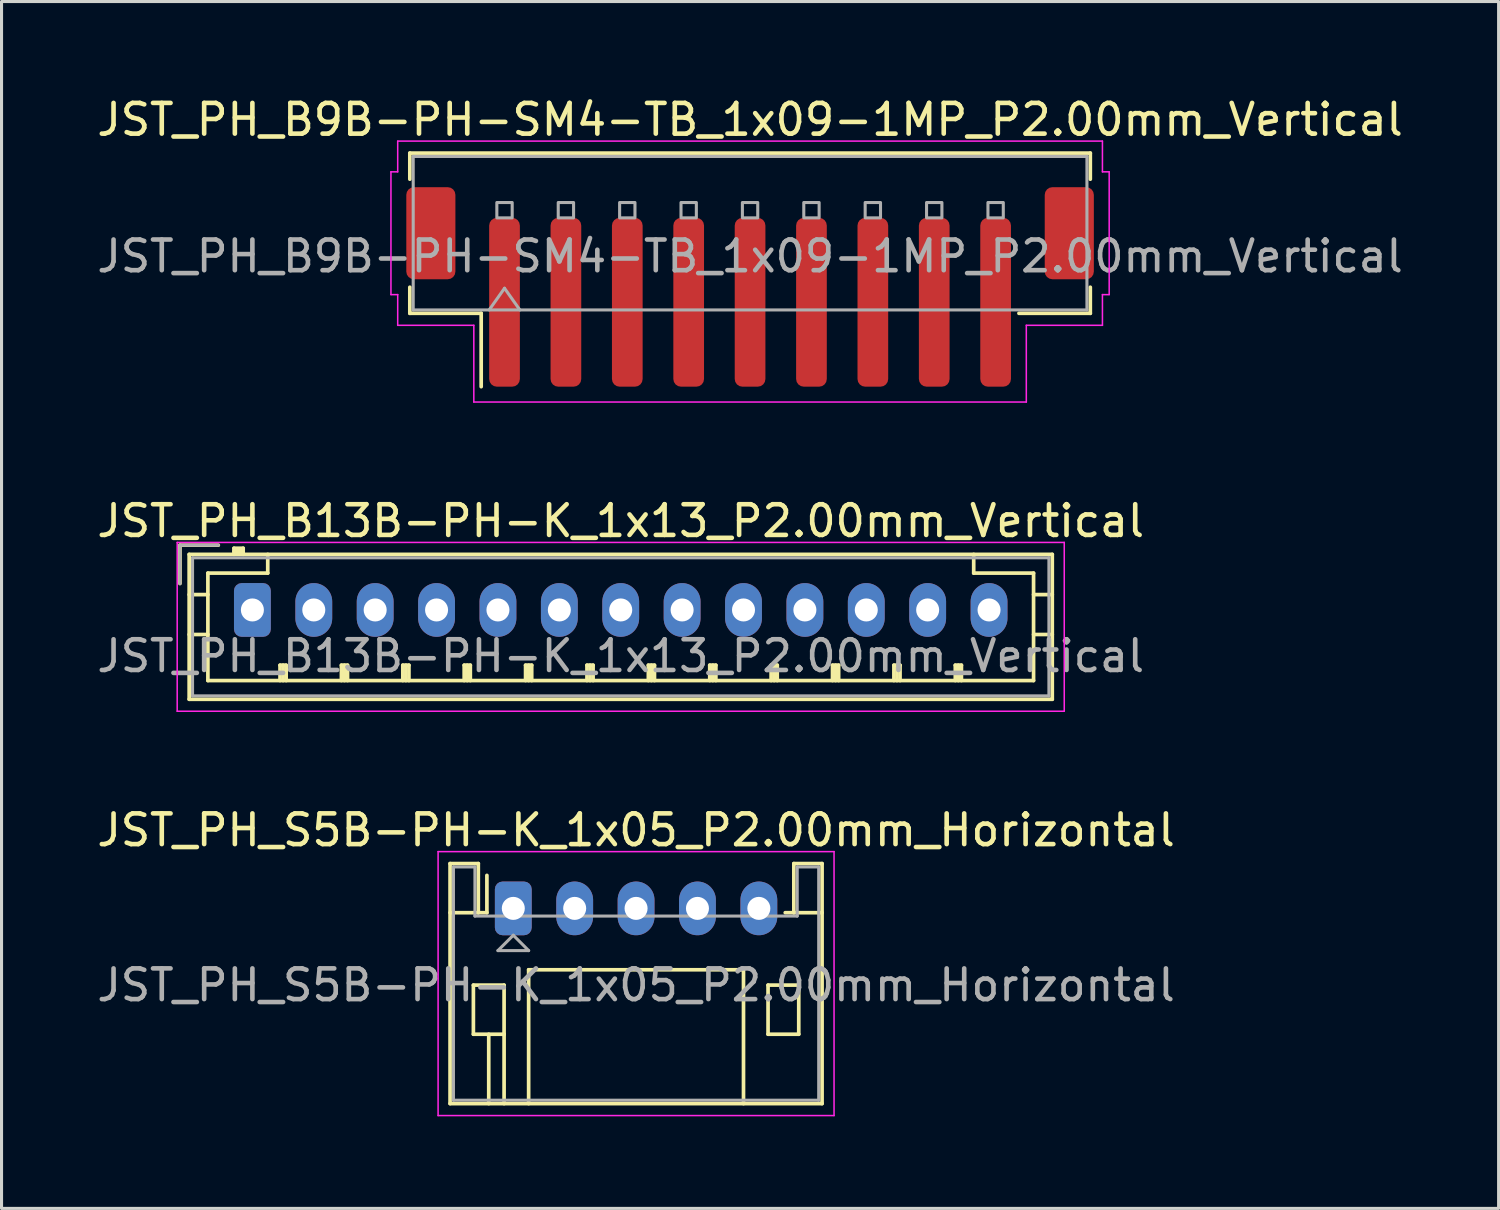
<source format=kicad_pcb>
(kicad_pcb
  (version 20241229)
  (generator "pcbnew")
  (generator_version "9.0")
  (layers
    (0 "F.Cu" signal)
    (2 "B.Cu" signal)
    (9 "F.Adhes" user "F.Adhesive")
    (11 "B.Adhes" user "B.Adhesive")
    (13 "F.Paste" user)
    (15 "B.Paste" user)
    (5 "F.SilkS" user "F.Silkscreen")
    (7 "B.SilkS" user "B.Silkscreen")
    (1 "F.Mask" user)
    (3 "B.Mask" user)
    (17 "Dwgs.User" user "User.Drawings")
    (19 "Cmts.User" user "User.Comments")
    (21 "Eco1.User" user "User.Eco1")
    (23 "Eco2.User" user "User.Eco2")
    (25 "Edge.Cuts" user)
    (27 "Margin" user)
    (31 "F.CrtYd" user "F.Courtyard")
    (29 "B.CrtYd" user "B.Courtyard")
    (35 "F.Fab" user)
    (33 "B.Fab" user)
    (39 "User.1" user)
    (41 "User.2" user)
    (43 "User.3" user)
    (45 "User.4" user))
  (footprint "JST_PH_S5B-PH-K_1x05_P2.00mm_Horizontal"
    (layer "F.Cu")
    (at 13.673 26.545)
    (property "Reference" "JST_PH_S5B-PH-K_1x05_P2.00mm_Horizontal" (at 4 -2.55 0) (layer "F.SilkS") (effects (font (size 1 1) (thickness 0.15))))
    (attr through_hole)
    (fp_line (start -2.06 -1.46) (end -2.06 6.36) (stroke (width 0.12) (type solid)) (layer "F.SilkS"))
    (fp_line (start -2.06 0.14) (end -1.14 0.14) (stroke (width 0.12) (type solid)) (layer "F.SilkS"))
    (fp_line (start -2.06 6.36) (end 10.06 6.36) (stroke (width 0.12) (type solid)) (layer "F.SilkS"))
    (fp_line (start -1.3 2.5) (end -1.3 4.1) (stroke (width 0.12) (type solid)) (layer "F.SilkS"))
    (fp_line (start -1.3 4.1) (end -0.3 4.1) (stroke (width 0.12) (type solid)) (layer "F.SilkS"))
    (fp_line (start -1.14 -1.46) (end -2.06 -1.46) (stroke (width 0.12) (type solid)) (layer "F.SilkS"))
    (fp_line (start -1.14 0.14) (end -1.14 -1.46) (stroke (width 0.12) (type solid)) (layer "F.SilkS"))
    (fp_line (start -0.86 0.14) (end -1.14 0.14) (stroke (width 0.12) (type solid)) (layer "F.SilkS"))
    (fp_line (start -0.86 0.14) (end -0.86 -1.075) (stroke (width 0.12) (type solid)) (layer "F.SilkS"))
    (fp_line (start -0.8 4.1) (end -0.8 6.36) (stroke (width 0.12) (type solid)) (layer "F.SilkS"))
    (fp_line (start -0.3 2.5) (end -1.3 2.5) (stroke (width 0.12) (type solid)) (layer "F.SilkS"))
    (fp_line (start -0.3 4.1) (end -0.3 2.5) (stroke (width 0.12) (type solid)) (layer "F.SilkS"))
    (fp_line (start -0.3 4.1) (end -0.3 6.36) (stroke (width 0.12) (type solid)) (layer "F.SilkS"))
    (fp_line (start 0.5 2) (end 7.5 2) (stroke (width 0.12) (type solid)) (layer "F.SilkS"))
    (fp_line (start 0.5 6.36) (end 0.5 2) (stroke (width 0.12) (type solid)) (layer "F.SilkS"))
    (fp_line (start 7.5 2) (end 7.5 6.36) (stroke (width 0.12) (type solid)) (layer "F.SilkS"))
    (fp_line (start 8.3 2.5) (end 9.3 2.5) (stroke (width 0.12) (type solid)) (layer "F.SilkS"))
    (fp_line (start 8.3 4.1) (end 8.3 2.5) (stroke (width 0.12) (type solid)) (layer "F.SilkS"))
    (fp_line (start 9.14 -1.46) (end 9.14 0.14) (stroke (width 0.12) (type solid)) (layer "F.SilkS"))
    (fp_line (start 9.14 0.14) (end 8.86 0.14) (stroke (width 0.12) (type solid)) (layer "F.SilkS"))
    (fp_line (start 9.3 2.5) (end 9.3 4.1) (stroke (width 0.12) (type solid)) (layer "F.SilkS"))
    (fp_line (start 9.3 4.1) (end 8.3 4.1) (stroke (width 0.12) (type solid)) (layer "F.SilkS"))
    (fp_line (start 10.06 -1.46) (end 9.14 -1.46) (stroke (width 0.12) (type solid)) (layer "F.SilkS"))
    (fp_line (start 10.06 0.14) (end 9.14 0.14) (stroke (width 0.12) (type solid)) (layer "F.SilkS"))
    (fp_line (start 10.06 6.36) (end 10.06 -1.46) (stroke (width 0.12) (type solid)) (layer "F.SilkS"))
    (fp_line (start -2.45 -1.85) (end -2.45 6.75) (stroke (width 0.05) (type solid)) (layer "F.CrtYd"))
    (fp_line (start -2.45 6.75) (end 10.45 6.75) (stroke (width 0.05) (type solid)) (layer "F.CrtYd"))
    (fp_line (start 10.45 -1.85) (end -2.45 -1.85) (stroke (width 0.05) (type solid)) (layer "F.CrtYd"))
    (fp_line (start 10.45 6.75) (end 10.45 -1.85) (stroke (width 0.05) (type solid)) (layer "F.CrtYd"))
    (fp_line (start -1.95 -1.35) (end -1.95 6.25) (stroke (width 0.1) (type solid)) (layer "F.Fab"))
    (fp_line (start -1.95 6.25) (end 9.95 6.25) (stroke (width 0.1) (type solid)) (layer "F.Fab"))
    (fp_line (start -1.25 -1.35) (end -1.95 -1.35) (stroke (width 0.1) (type solid)) (layer "F.Fab"))
    (fp_line (start -1.25 0.25) (end -1.25 -1.35) (stroke (width 0.1) (type solid)) (layer "F.Fab"))
    (fp_line (start -0.5 1.375) (end 0.5 1.375) (stroke (width 0.1) (type solid)) (layer "F.Fab"))
    (fp_line (start 0 0.875) (end -0.5 1.375) (stroke (width 0.1) (type solid)) (layer "F.Fab"))
    (fp_line (start 0.5 1.375) (end 0 0.875) (stroke (width 0.1) (type solid)) (layer "F.Fab"))
    (fp_line (start 9.25 -1.35) (end 9.25 0.25) (stroke (width 0.1) (type solid)) (layer "F.Fab"))
    (fp_line (start 9.25 0.25) (end -1.25 0.25) (stroke (width 0.1) (type solid)) (layer "F.Fab"))
    (fp_line (start 9.95 -1.35) (end 9.25 -1.35) (stroke (width 0.1) (type solid)) (layer "F.Fab"))
    (fp_line (start 9.95 6.25) (end 9.95 -1.35) (stroke (width 0.1) (type solid)) (layer "F.Fab"))
    (fp_text user "${REFERENCE}" (at 4 2.5 0) (layer "F.Fab") (effects (font (size 1 1) (thickness 0.15))))
    (pad "1" thru_hole roundrect (at 0 0) (size 1.2 1.75) (drill 0.75) (layers "*.Cu" "*.Mask") (roundrect_rratio 0.208))
    (pad "2" thru_hole oval (at 2 0) (size 1.2 1.75) (drill 0.75) (layers "*.Cu" "*.Mask"))
    (pad "3" thru_hole oval (at 4 0) (size 1.2 1.75) (drill 0.75) (layers "*.Cu" "*.Mask"))
    (pad "4" thru_hole oval (at 6 0) (size 1.2 1.75) (drill 0.75) (layers "*.Cu" "*.Mask"))
    (pad "5" thru_hole oval (at 8 0) (size 1.2 1.75) (drill 0.75) (layers "*.Cu" "*.Mask")))
  (footprint "JST_PH_B13B-PH-K_1x13_P2.00mm_Vertical"
    (layer "F.Cu")
    (at 5.173 16.822)
    (property "Reference" "JST_PH_B13B-PH-K_1x13_P2.00mm_Vertical" (at 12 -2.9 0) (layer "F.SilkS") (effects (font (size 1 1) (thickness 0.15))))
    (attr through_hole)
    (fp_line (start -2.36 -2.11) (end -2.36 -0.86) (stroke (width 0.12) (type solid)) (layer "F.SilkS"))
    (fp_line (start -2.06 -1.81) (end -2.06 2.91) (stroke (width 0.12) (type solid)) (layer "F.SilkS"))
    (fp_line (start -2.06 -0.5) (end -1.45 -0.5) (stroke (width 0.12) (type solid)) (layer "F.SilkS"))
    (fp_line (start -2.06 0.8) (end -1.45 0.8) (stroke (width 0.12) (type solid)) (layer "F.SilkS"))
    (fp_line (start -2.06 2.91) (end 26.06 2.91) (stroke (width 0.12) (type solid)) (layer "F.SilkS"))
    (fp_line (start -1.45 -1.2) (end -1.45 2.3) (stroke (width 0.12) (type solid)) (layer "F.SilkS"))
    (fp_line (start -1.45 2.3) (end 25.45 2.3) (stroke (width 0.12) (type solid)) (layer "F.SilkS"))
    (fp_line (start -1.11 -2.11) (end -2.36 -2.11) (stroke (width 0.12) (type solid)) (layer "F.SilkS"))
    (fp_line (start -0.6 -2.01) (end -0.6 -1.81) (stroke (width 0.12) (type solid)) (layer "F.SilkS"))
    (fp_line (start -0.3 -2.01) (end -0.6 -2.01) (stroke (width 0.12) (type solid)) (layer "F.SilkS"))
    (fp_line (start -0.3 -1.91) (end -0.6 -1.91) (stroke (width 0.12) (type solid)) (layer "F.SilkS"))
    (fp_line (start -0.3 -1.81) (end -0.3 -2.01) (stroke (width 0.12) (type solid)) (layer "F.SilkS"))
    (fp_line (start 0.5 -1.81) (end 0.5 -1.2) (stroke (width 0.12) (type solid)) (layer "F.SilkS"))
    (fp_line (start 0.5 -1.2) (end -1.45 -1.2) (stroke (width 0.12) (type solid)) (layer "F.SilkS"))
    (fp_line (start 0.9 1.8) (end 1.1 1.8) (stroke (width 0.12) (type solid)) (layer "F.SilkS"))
    (fp_line (start 0.9 2.3) (end 0.9 1.8) (stroke (width 0.12) (type solid)) (layer "F.SilkS"))
    (fp_line (start 1 2.3) (end 1 1.8) (stroke (width 0.12) (type solid)) (layer "F.SilkS"))
    (fp_line (start 1.1 1.8) (end 1.1 2.3) (stroke (width 0.12) (type solid)) (layer "F.SilkS"))
    (fp_line (start 2.9 1.8) (end 3.1 1.8) (stroke (width 0.12) (type solid)) (layer "F.SilkS"))
    (fp_line (start 2.9 2.3) (end 2.9 1.8) (stroke (width 0.12) (type solid)) (layer "F.SilkS"))
    (fp_line (start 3 2.3) (end 3 1.8) (stroke (width 0.12) (type solid)) (layer "F.SilkS"))
    (fp_line (start 3.1 1.8) (end 3.1 2.3) (stroke (width 0.12) (type solid)) (layer "F.SilkS"))
    (fp_line (start 4.9 1.8) (end 5.1 1.8) (stroke (width 0.12) (type solid)) (layer "F.SilkS"))
    (fp_line (start 4.9 2.3) (end 4.9 1.8) (stroke (width 0.12) (type solid)) (layer "F.SilkS"))
    (fp_line (start 5 2.3) (end 5 1.8) (stroke (width 0.12) (type solid)) (layer "F.SilkS"))
    (fp_line (start 5.1 1.8) (end 5.1 2.3) (stroke (width 0.12) (type solid)) (layer "F.SilkS"))
    (fp_line (start 6.9 1.8) (end 7.1 1.8) (stroke (width 0.12) (type solid)) (layer "F.SilkS"))
    (fp_line (start 6.9 2.3) (end 6.9 1.8) (stroke (width 0.12) (type solid)) (layer "F.SilkS"))
    (fp_line (start 7 2.3) (end 7 1.8) (stroke (width 0.12) (type solid)) (layer "F.SilkS"))
    (fp_line (start 7.1 1.8) (end 7.1 2.3) (stroke (width 0.12) (type solid)) (layer "F.SilkS"))
    (fp_line (start 8.9 1.8) (end 9.1 1.8) (stroke (width 0.12) (type solid)) (layer "F.SilkS"))
    (fp_line (start 8.9 2.3) (end 8.9 1.8) (stroke (width 0.12) (type solid)) (layer "F.SilkS"))
    (fp_line (start 9 2.3) (end 9 1.8) (stroke (width 0.12) (type solid)) (layer "F.SilkS"))
    (fp_line (start 9.1 1.8) (end 9.1 2.3) (stroke (width 0.12) (type solid)) (layer "F.SilkS"))
    (fp_line (start 10.9 1.8) (end 11.1 1.8) (stroke (width 0.12) (type solid)) (layer "F.SilkS"))
    (fp_line (start 10.9 2.3) (end 10.9 1.8) (stroke (width 0.12) (type solid)) (layer "F.SilkS"))
    (fp_line (start 11 2.3) (end 11 1.8) (stroke (width 0.12) (type solid)) (layer "F.SilkS"))
    (fp_line (start 11.1 1.8) (end 11.1 2.3) (stroke (width 0.12) (type solid)) (layer "F.SilkS"))
    (fp_line (start 12.9 1.8) (end 13.1 1.8) (stroke (width 0.12) (type solid)) (layer "F.SilkS"))
    (fp_line (start 12.9 2.3) (end 12.9 1.8) (stroke (width 0.12) (type solid)) (layer "F.SilkS"))
    (fp_line (start 13 2.3) (end 13 1.8) (stroke (width 0.12) (type solid)) (layer "F.SilkS"))
    (fp_line (start 13.1 1.8) (end 13.1 2.3) (stroke (width 0.12) (type solid)) (layer "F.SilkS"))
    (fp_line (start 14.9 1.8) (end 15.1 1.8) (stroke (width 0.12) (type solid)) (layer "F.SilkS"))
    (fp_line (start 14.9 2.3) (end 14.9 1.8) (stroke (width 0.12) (type solid)) (layer "F.SilkS"))
    (fp_line (start 15 2.3) (end 15 1.8) (stroke (width 0.12) (type solid)) (layer "F.SilkS"))
    (fp_line (start 15.1 1.8) (end 15.1 2.3) (stroke (width 0.12) (type solid)) (layer "F.SilkS"))
    (fp_line (start 16.9 1.8) (end 17.1 1.8) (stroke (width 0.12) (type solid)) (layer "F.SilkS"))
    (fp_line (start 16.9 2.3) (end 16.9 1.8) (stroke (width 0.12) (type solid)) (layer "F.SilkS"))
    (fp_line (start 17 2.3) (end 17 1.8) (stroke (width 0.12) (type solid)) (layer "F.SilkS"))
    (fp_line (start 17.1 1.8) (end 17.1 2.3) (stroke (width 0.12) (type solid)) (layer "F.SilkS"))
    (fp_line (start 18.9 1.8) (end 19.1 1.8) (stroke (width 0.12) (type solid)) (layer "F.SilkS"))
    (fp_line (start 18.9 2.3) (end 18.9 1.8) (stroke (width 0.12) (type solid)) (layer "F.SilkS"))
    (fp_line (start 19 2.3) (end 19 1.8) (stroke (width 0.12) (type solid)) (layer "F.SilkS"))
    (fp_line (start 19.1 1.8) (end 19.1 2.3) (stroke (width 0.12) (type solid)) (layer "F.SilkS"))
    (fp_line (start 20.9 1.8) (end 21.1 1.8) (stroke (width 0.12) (type solid)) (layer "F.SilkS"))
    (fp_line (start 20.9 2.3) (end 20.9 1.8) (stroke (width 0.12) (type solid)) (layer "F.SilkS"))
    (fp_line (start 21 2.3) (end 21 1.8) (stroke (width 0.12) (type solid)) (layer "F.SilkS"))
    (fp_line (start 21.1 1.8) (end 21.1 2.3) (stroke (width 0.12) (type solid)) (layer "F.SilkS"))
    (fp_line (start 22.9 1.8) (end 23.1 1.8) (stroke (width 0.12) (type solid)) (layer "F.SilkS"))
    (fp_line (start 22.9 2.3) (end 22.9 1.8) (stroke (width 0.12) (type solid)) (layer "F.SilkS"))
    (fp_line (start 23 2.3) (end 23 1.8) (stroke (width 0.12) (type solid)) (layer "F.SilkS"))
    (fp_line (start 23.1 1.8) (end 23.1 2.3) (stroke (width 0.12) (type solid)) (layer "F.SilkS"))
    (fp_line (start 23.5 -1.2) (end 23.5 -1.81) (stroke (width 0.12) (type solid)) (layer "F.SilkS"))
    (fp_line (start 25.45 -1.2) (end 23.5 -1.2) (stroke (width 0.12) (type solid)) (layer "F.SilkS"))
    (fp_line (start 25.45 2.3) (end 25.45 -1.2) (stroke (width 0.12) (type solid)) (layer "F.SilkS"))
    (fp_line (start 26.06 -1.81) (end -2.06 -1.81) (stroke (width 0.12) (type solid)) (layer "F.SilkS"))
    (fp_line (start 26.06 -0.5) (end 25.45 -0.5) (stroke (width 0.12) (type solid)) (layer "F.SilkS"))
    (fp_line (start 26.06 0.8) (end 25.45 0.8) (stroke (width 0.12) (type solid)) (layer "F.SilkS"))
    (fp_line (start 26.06 2.91) (end 26.06 -1.81) (stroke (width 0.12) (type solid)) (layer "F.SilkS"))
    (fp_line (start -2.45 -2.2) (end -2.45 3.3) (stroke (width 0.05) (type solid)) (layer "F.CrtYd"))
    (fp_line (start -2.45 3.3) (end 26.45 3.3) (stroke (width 0.05) (type solid)) (layer "F.CrtYd"))
    (fp_line (start 26.45 -2.2) (end -2.45 -2.2) (stroke (width 0.05) (type solid)) (layer "F.CrtYd"))
    (fp_line (start 26.45 3.3) (end 26.45 -2.2) (stroke (width 0.05) (type solid)) (layer "F.CrtYd"))
    (fp_line (start -2.36 -2.11) (end -2.36 -0.86) (stroke (width 0.1) (type solid)) (layer "F.Fab"))
    (fp_line (start -1.95 -1.7) (end -1.95 2.8) (stroke (width 0.1) (type solid)) (layer "F.Fab"))
    (fp_line (start -1.95 2.8) (end 25.95 2.8) (stroke (width 0.1) (type solid)) (layer "F.Fab"))
    (fp_line (start -1.11 -2.11) (end -2.36 -2.11) (stroke (width 0.1) (type solid)) (layer "F.Fab"))
    (fp_line (start 25.95 -1.7) (end -1.95 -1.7) (stroke (width 0.1) (type solid)) (layer "F.Fab"))
    (fp_line (start 25.95 2.8) (end 25.95 -1.7) (stroke (width 0.1) (type solid)) (layer "F.Fab"))
    (fp_text user "${REFERENCE}" (at 12 1.5 0) (layer "F.Fab") (effects (font (size 1 1) (thickness 0.15))))
    (pad "1" thru_hole roundrect (at 0 0) (size 1.2 1.75) (drill 0.75) (layers "*.Cu" "*.Mask") (roundrect_rratio 0.208))
    (pad "2" thru_hole oval (at 2 0) (size 1.2 1.75) (drill 0.75) (layers "*.Cu" "*.Mask"))
    (pad "3" thru_hole oval (at 4 0) (size 1.2 1.75) (drill 0.75) (layers "*.Cu" "*.Mask"))
    (pad "4" thru_hole oval (at 6 0) (size 1.2 1.75) (drill 0.75) (layers "*.Cu" "*.Mask"))
    (pad "5" thru_hole oval (at 8 0) (size 1.2 1.75) (drill 0.75) (layers "*.Cu" "*.Mask"))
    (pad "6" thru_hole oval (at 10 0) (size 1.2 1.75) (drill 0.75) (layers "*.Cu" "*.Mask"))
    (pad "7" thru_hole oval (at 12 0) (size 1.2 1.75) (drill 0.75) (layers "*.Cu" "*.Mask"))
    (pad "8" thru_hole oval (at 14 0) (size 1.2 1.75) (drill 0.75) (layers "*.Cu" "*.Mask"))
    (pad "9" thru_hole oval (at 16 0) (size 1.2 1.75) (drill 0.75) (layers "*.Cu" "*.Mask"))
    (pad "10" thru_hole oval (at 18 0) (size 1.2 1.75) (drill 0.75) (layers "*.Cu" "*.Mask"))
    (pad "11" thru_hole oval (at 20 0) (size 1.2 1.75) (drill 0.75) (layers "*.Cu" "*.Mask"))
    (pad "12" thru_hole oval (at 22 0) (size 1.2 1.75) (drill 0.75) (layers "*.Cu" "*.Mask"))
    (pad "13" thru_hole oval (at 24 0) (size 1.2 1.75) (drill 0.75) (layers "*.Cu" "*.Mask")))
  (footprint "JST_PH_B9B-PH-SM4-TB_1x09-1MP_P2.00mm_Vertical"
    (layer "F.Cu")
    (at 21.387 6.298)
    (property "Reference" "JST_PH_B9B-PH-SM4-TB_1x09-1MP_P2.00mm_Vertical" (at 0 -5.45 0) (layer "F.SilkS") (effects (font (size 1 1) (thickness 0.15))))
    (attr smd)
    (fp_line (start -11.085 -4.36) (end 11.085 -4.36) (stroke (width 0.12) (type solid)) (layer "F.SilkS"))
    (fp_line (start -11.085 -3.51) (end -11.085 -4.36) (stroke (width 0.12) (type solid)) (layer "F.SilkS"))
    (fp_line (start -11.085 0.01) (end -11.085 0.86) (stroke (width 0.12) (type solid)) (layer "F.SilkS"))
    (fp_line (start -11.085 0.86) (end -8.76 0.86) (stroke (width 0.12) (type solid)) (layer "F.SilkS"))
    (fp_line (start -8.76 0.86) (end -8.76 3.25) (stroke (width 0.12) (type solid)) (layer "F.SilkS"))
    (fp_line (start 11.085 -4.36) (end 11.085 -3.51) (stroke (width 0.12) (type solid)) (layer "F.SilkS"))
    (fp_line (start 11.085 0.01) (end 11.085 0.86) (stroke (width 0.12) (type solid)) (layer "F.SilkS"))
    (fp_line (start 11.085 0.86) (end 8.76 0.86) (stroke (width 0.12) (type solid)) (layer "F.SilkS"))
    (fp_line (start -11.7 -3.75) (end -11.48 -3.75) (stroke (width 0.05) (type solid)) (layer "F.CrtYd"))
    (fp_line (start -11.7 0.25) (end -11.7 -3.75) (stroke (width 0.05) (type solid)) (layer "F.CrtYd"))
    (fp_line (start -11.48 -4.75) (end 11.48 -4.75) (stroke (width 0.05) (type solid)) (layer "F.CrtYd"))
    (fp_line (start -11.48 -3.75) (end -11.48 -4.75) (stroke (width 0.05) (type solid)) (layer "F.CrtYd"))
    (fp_line (start -11.48 0.25) (end -11.7 0.25) (stroke (width 0.05) (type solid)) (layer "F.CrtYd"))
    (fp_line (start -11.48 1.25) (end -11.48 0.25) (stroke (width 0.05) (type solid)) (layer "F.CrtYd"))
    (fp_line (start -9 1.25) (end -11.48 1.25) (stroke (width 0.05) (type solid)) (layer "F.CrtYd"))
    (fp_line (start -9 3.75) (end -9 1.25) (stroke (width 0.05) (type solid)) (layer "F.CrtYd"))
    (fp_line (start 9 1.25) (end 9 3.75) (stroke (width 0.05) (type solid)) (layer "F.CrtYd"))
    (fp_line (start 9 3.75) (end -9 3.75) (stroke (width 0.05) (type solid)) (layer "F.CrtYd"))
    (fp_line (start 11.48 -4.75) (end 11.48 -3.75) (stroke (width 0.05) (type solid)) (layer "F.CrtYd"))
    (fp_line (start 11.48 -3.75) (end 11.7 -3.75) (stroke (width 0.05) (type solid)) (layer "F.CrtYd"))
    (fp_line (start 11.48 0.25) (end 11.48 1.25) (stroke (width 0.05) (type solid)) (layer "F.CrtYd"))
    (fp_line (start 11.48 1.25) (end 9 1.25) (stroke (width 0.05) (type solid)) (layer "F.CrtYd"))
    (fp_line (start 11.7 -3.75) (end 11.7 0.25) (stroke (width 0.05) (type solid)) (layer "F.CrtYd"))
    (fp_line (start 11.7 0.25) (end 11.48 0.25) (stroke (width 0.05) (type solid)) (layer "F.CrtYd"))
    (fp_line (start -10.975 -4.25) (end 10.975 -4.25) (stroke (width 0.1) (type solid)) (layer "F.Fab"))
    (fp_line (start -10.975 0.75) (end -10.975 -4.25) (stroke (width 0.1) (type solid)) (layer "F.Fab"))
    (fp_line (start -10.975 0.75) (end 10.975 0.75) (stroke (width 0.1) (type solid)) (layer "F.Fab"))
    (fp_line (start -8.5 0.75) (end -8 0.043) (stroke (width 0.1) (type solid)) (layer "F.Fab"))
    (fp_line (start -8 0.043) (end -7.5 0.75) (stroke (width 0.1) (type solid)) (layer "F.Fab"))
    (fp_line (start 10.975 0.75) (end 10.975 -4.25) (stroke (width 0.1) (type solid)) (layer "F.Fab"))
    (fp_rect (start -8.25 -2.75) (end -7.75 -2.25) (stroke (width 0.1) (type solid)) (fill no) (layer "F.Fab"))
    (fp_rect (start -6.25 -2.75) (end -5.75 -2.25) (stroke (width 0.1) (type solid)) (fill no) (layer "F.Fab"))
    (fp_rect (start -4.25 -2.75) (end -3.75 -2.25) (stroke (width 0.1) (type solid)) (fill no) (layer "F.Fab"))
    (fp_rect (start -2.25 -2.75) (end -1.75 -2.25) (stroke (width 0.1) (type solid)) (fill no) (layer "F.Fab"))
    (fp_rect (start -0.25 -2.75) (end 0.25 -2.25) (stroke (width 0.1) (type solid)) (fill no) (layer "F.Fab"))
    (fp_rect (start 1.75 -2.75) (end 2.25 -2.25) (stroke (width 0.1) (type solid)) (fill no) (layer "F.Fab"))
    (fp_rect (start 3.75 -2.75) (end 4.25 -2.25) (stroke (width 0.1) (type solid)) (fill no) (layer "F.Fab"))
    (fp_rect (start 5.75 -2.75) (end 6.25 -2.25) (stroke (width 0.1) (type solid)) (fill no) (layer "F.Fab"))
    (fp_rect (start 7.75 -2.75) (end 8.25 -2.25) (stroke (width 0.1) (type solid)) (fill no) (layer "F.Fab"))
    (fp_text user "${REFERENCE}" (at 0 -1 0) (layer "F.Fab") (effects (font (size 1 1) (thickness 0.15))))
    (pad "1" smd roundrect (at -8 0.5) (size 1 5.5) (layers "F.Cu" "F.Mask" "F.Paste") (roundrect_rratio 0.25))
    (pad "2" smd roundrect (at -6 0.5) (size 1 5.5) (layers "F.Cu" "F.Mask" "F.Paste") (roundrect_rratio 0.25))
    (pad "3" smd roundrect (at -4 0.5) (size 1 5.5) (layers "F.Cu" "F.Mask" "F.Paste") (roundrect_rratio 0.25))
    (pad "4" smd roundrect (at -2 0.5) (size 1 5.5) (layers "F.Cu" "F.Mask" "F.Paste") (roundrect_rratio 0.25))
    (pad "5" smd roundrect (at 0 0.5) (size 1 5.5) (layers "F.Cu" "F.Mask" "F.Paste") (roundrect_rratio 0.25))
    (pad "6" smd roundrect (at 2 0.5) (size 1 5.5) (layers "F.Cu" "F.Mask" "F.Paste") (roundrect_rratio 0.25))
    (pad "7" smd roundrect (at 4 0.5) (size 1 5.5) (layers "F.Cu" "F.Mask" "F.Paste") (roundrect_rratio 0.25))
    (pad "8" smd roundrect (at 6 0.5) (size 1 5.5) (layers "F.Cu" "F.Mask" "F.Paste") (roundrect_rratio 0.25))
    (pad "9" smd roundrect (at 8 0.5) (size 1 5.5) (layers "F.Cu" "F.Mask" "F.Paste") (roundrect_rratio 0.25))
    (pad "MP" smd roundrect (at -10.4 -1.75) (size 1.6 3) (layers "F.Cu" "F.Mask" "F.Paste") (roundrect_rratio 0.156))
    (pad "MP" smd roundrect (at 10.4 -1.75) (size 1.6 3) (layers "F.Cu" "F.Mask" "F.Paste") (roundrect_rratio 0.156)))
  (gr_rect
    (start -3 -3)
    (end 45.774 36.32)
    (stroke (width 0.1) (type default))
    (fill no)
    (layer "Edge.Cuts")))
</source>
